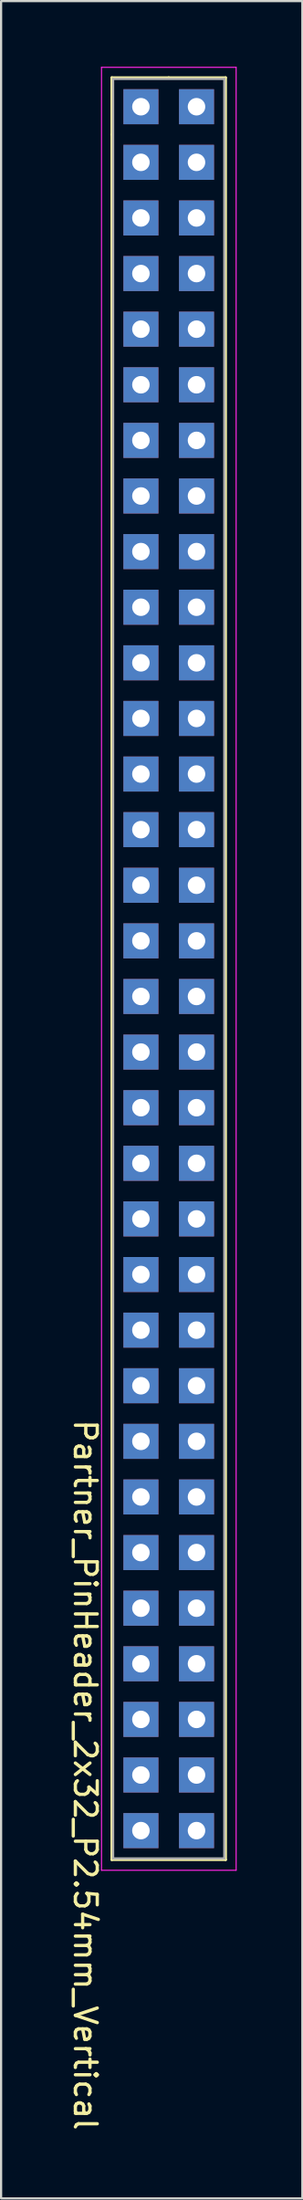
<source format=kicad_pcb>
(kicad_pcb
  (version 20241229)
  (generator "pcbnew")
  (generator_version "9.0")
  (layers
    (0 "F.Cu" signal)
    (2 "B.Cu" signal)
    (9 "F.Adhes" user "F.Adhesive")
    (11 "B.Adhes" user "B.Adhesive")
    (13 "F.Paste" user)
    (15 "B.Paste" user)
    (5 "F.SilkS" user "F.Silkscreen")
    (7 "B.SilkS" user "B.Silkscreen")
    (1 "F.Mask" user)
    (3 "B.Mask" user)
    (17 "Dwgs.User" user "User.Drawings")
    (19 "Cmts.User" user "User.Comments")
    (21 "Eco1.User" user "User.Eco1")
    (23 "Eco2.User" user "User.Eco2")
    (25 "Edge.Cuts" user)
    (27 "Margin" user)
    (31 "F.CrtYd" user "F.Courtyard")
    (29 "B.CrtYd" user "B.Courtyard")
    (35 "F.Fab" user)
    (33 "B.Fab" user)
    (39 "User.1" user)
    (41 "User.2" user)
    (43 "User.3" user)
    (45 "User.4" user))
  (footprint "Partner_PinHeader_2x32_P2.54mm_Vertical"
    (layer "F.Cu")
    (at 3.388 1.825)
    (property "Reference" "Partner_PinHeader_2x32_P2.54mm_Vertical" (at -2.54 76.2 270) (unlocked yes) (layer "F.SilkS") (effects (font (size 1 1) (thickness 0.15))))
    (attr through_hole)
    (fp_line (start -1.33 -1.33) (end 1.27 -1.33) (stroke (width 0.12) (type solid)) (layer "F.SilkS"))
    (fp_line (start -1.33 1.27) (end -1.33 -1.33) (stroke (width 0.12) (type solid)) (layer "F.SilkS"))
    (fp_line (start -1.33 1.27) (end -1.33 80.07) (stroke (width 0.12) (type solid)) (layer "F.SilkS"))
    (fp_line (start -1.33 80.07) (end 3.87 80.07) (stroke (width 0.12) (type solid)) (layer "F.SilkS"))
    (fp_line (start 1.27 -1.33) (end 3.87 -1.33) (stroke (width 0.12) (type solid)) (layer "F.SilkS"))
    (fp_line (start 3.87 -1.33) (end 3.87 80.07) (stroke (width 0.12) (type solid)) (layer "F.SilkS"))
    (fp_line (start -1.8 -1.8) (end -1.8 80.55) (stroke (width 0.05) (type solid)) (layer "F.CrtYd"))
    (fp_line (start -1.8 80.55) (end 4.35 80.55) (stroke (width 0.05) (type solid)) (layer "F.CrtYd"))
    (fp_line (start 4.35 -1.8) (end -1.8 -1.8) (stroke (width 0.05) (type solid)) (layer "F.CrtYd"))
    (fp_line (start 4.35 80.55) (end 4.35 -1.8) (stroke (width 0.05) (type solid)) (layer "F.CrtYd"))
    (fp_line (start -1.27 -1.27) (end 3.81 -1.27) (stroke (width 0.1) (type solid)) (layer "F.Fab"))
    (fp_line (start -1.27 80.01) (end -1.27 -1.27) (stroke (width 0.1) (type solid)) (layer "F.Fab"))
    (fp_line (start 3.81 -1.27) (end 3.81 80.01) (stroke (width 0.1) (type solid)) (layer "F.Fab"))
    (fp_line (start 3.81 80.01) (end -1.27 80.01) (stroke (width 0.1) (type solid)) (layer "F.Fab"))
    (pad "1" thru_hole rect (at 0 0) (size 1.6 1.6) (drill 0.8) (layers "*.Cu" "*.Mask"))
    (pad "2" thru_hole rect (at 2.54 0) (size 1.6 1.6) (drill 0.8) (layers "*.Cu" "*.Mask"))
    (pad "3" thru_hole rect (at 0 2.54) (size 1.6 1.6) (drill 0.8) (layers "*.Cu" "*.Mask"))
    (pad "4" thru_hole rect (at 2.54 2.54) (size 1.6 1.6) (drill 0.8) (layers "*.Cu" "*.Mask"))
    (pad "5" thru_hole rect (at 0 5.08) (size 1.6 1.6) (drill 0.8) (layers "*.Cu" "*.Mask"))
    (pad "6" thru_hole rect (at 2.54 5.08) (size 1.6 1.6) (drill 0.8) (layers "*.Cu" "*.Mask"))
    (pad "7" thru_hole rect (at 0 7.62) (size 1.6 1.6) (drill 0.8) (layers "*.Cu" "*.Mask"))
    (pad "8" thru_hole rect (at 2.54 7.62) (size 1.6 1.6) (drill 0.8) (layers "*.Cu" "*.Mask"))
    (pad "9" thru_hole rect (at 0 10.16) (size 1.6 1.6) (drill 0.8) (layers "*.Cu" "*.Mask"))
    (pad "10" thru_hole rect (at 2.54 10.16) (size 1.6 1.6) (drill 0.8) (layers "*.Cu" "*.Mask"))
    (pad "11" thru_hole rect (at 0 12.7) (size 1.6 1.6) (drill 0.8) (layers "*.Cu" "*.Mask"))
    (pad "12" thru_hole rect (at 2.54 12.7) (size 1.6 1.6) (drill 0.8) (layers "*.Cu" "*.Mask"))
    (pad "13" thru_hole rect (at 0 15.24) (size 1.6 1.6) (drill 0.8) (layers "*.Cu" "*.Mask"))
    (pad "14" thru_hole rect (at 2.54 15.24) (size 1.6 1.6) (drill 0.8) (layers "*.Cu" "*.Mask"))
    (pad "15" thru_hole rect (at 0 17.78) (size 1.6 1.6) (drill 0.8) (layers "*.Cu" "*.Mask"))
    (pad "16" thru_hole rect (at 2.54 17.78) (size 1.6 1.6) (drill 0.8) (layers "*.Cu" "*.Mask"))
    (pad "17" thru_hole rect (at 0 20.32) (size 1.6 1.6) (drill 0.8) (layers "*.Cu" "*.Mask"))
    (pad "18" thru_hole rect (at 2.54 20.32) (size 1.6 1.6) (drill 0.8) (layers "*.Cu" "*.Mask"))
    (pad "19" thru_hole rect (at 0 22.86) (size 1.6 1.6) (drill 0.8) (layers "*.Cu" "*.Mask"))
    (pad "20" thru_hole rect (at 2.54 22.86) (size 1.6 1.6) (drill 0.8) (layers "*.Cu" "*.Mask"))
    (pad "21" thru_hole rect (at 0 25.4) (size 1.6 1.6) (drill 0.8) (layers "*.Cu" "*.Mask"))
    (pad "22" thru_hole rect (at 2.54 25.4) (size 1.6 1.6) (drill 0.8) (layers "*.Cu" "*.Mask"))
    (pad "23" thru_hole rect (at 0 27.94) (size 1.6 1.6) (drill 0.8) (layers "*.Cu" "*.Mask"))
    (pad "24" thru_hole rect (at 2.54 27.94) (size 1.6 1.6) (drill 0.8) (layers "*.Cu" "*.Mask"))
    (pad "25" thru_hole rect (at 0 30.48) (size 1.6 1.6) (drill 0.8) (layers "*.Cu" "*.Mask"))
    (pad "26" thru_hole rect (at 2.54 30.48) (size 1.6 1.6) (drill 0.8) (layers "*.Cu" "*.Mask"))
    (pad "27" thru_hole rect (at 0 33.02) (size 1.6 1.6) (drill 0.8) (layers "*.Cu" "*.Mask"))
    (pad "28" thru_hole rect (at 2.54 33.02) (size 1.6 1.6) (drill 0.8) (layers "*.Cu" "*.Mask"))
    (pad "29" thru_hole rect (at 0 35.56) (size 1.6 1.6) (drill 0.8) (layers "*.Cu" "*.Mask"))
    (pad "30" thru_hole rect (at 2.54 35.56) (size 1.6 1.6) (drill 0.8) (layers "*.Cu" "*.Mask"))
    (pad "31" thru_hole rect (at 0 38.1) (size 1.6 1.6) (drill 0.8) (layers "*.Cu" "*.Mask"))
    (pad "32" thru_hole rect (at 2.54 38.1) (size 1.6 1.6) (drill 0.8) (layers "*.Cu" "*.Mask"))
    (pad "33" thru_hole rect (at 0 40.64) (size 1.6 1.6) (drill 0.8) (layers "*.Cu" "*.Mask"))
    (pad "34" thru_hole rect (at 2.54 40.64) (size 1.6 1.6) (drill 0.8) (layers "*.Cu" "*.Mask"))
    (pad "35" thru_hole rect (at 0 43.18) (size 1.6 1.6) (drill 0.8) (layers "*.Cu" "*.Mask"))
    (pad "36" thru_hole rect (at 2.54 43.18) (size 1.6 1.6) (drill 0.8) (layers "*.Cu" "*.Mask"))
    (pad "37" thru_hole rect (at 0 45.72) (size 1.6 1.6) (drill 0.8) (layers "*.Cu" "*.Mask"))
    (pad "38" thru_hole rect (at 2.54 45.72) (size 1.6 1.6) (drill 0.8) (layers "*.Cu" "*.Mask"))
    (pad "39" thru_hole rect (at 0 48.26) (size 1.6 1.6) (drill 0.8) (layers "*.Cu" "*.Mask"))
    (pad "40" thru_hole rect (at 2.54 48.26) (size 1.6 1.6) (drill 0.8) (layers "*.Cu" "*.Mask"))
    (pad "41" thru_hole rect (at 0 50.8) (size 1.6 1.6) (drill 0.8) (layers "*.Cu" "*.Mask"))
    (pad "42" thru_hole rect (at 2.54 50.8) (size 1.6 1.6) (drill 0.8) (layers "*.Cu" "*.Mask"))
    (pad "43" thru_hole rect (at 0 53.34) (size 1.6 1.6) (drill 0.8) (layers "*.Cu" "*.Mask"))
    (pad "44" thru_hole rect (at 2.54 53.34) (size 1.6 1.6) (drill 0.8) (layers "*.Cu" "*.Mask"))
    (pad "45" thru_hole rect (at 0 55.88) (size 1.6 1.6) (drill 0.8) (layers "*.Cu" "*.Mask"))
    (pad "46" thru_hole rect (at 2.54 55.88) (size 1.6 1.6) (drill 0.8) (layers "*.Cu" "*.Mask"))
    (pad "47" thru_hole rect (at 0 58.42) (size 1.6 1.6) (drill 0.8) (layers "*.Cu" "*.Mask"))
    (pad "48" thru_hole rect (at 2.54 58.42) (size 1.6 1.6) (drill 0.8) (layers "*.Cu" "*.Mask"))
    (pad "49" thru_hole rect (at 0 60.96) (size 1.6 1.6) (drill 0.8) (layers "*.Cu" "*.Mask"))
    (pad "50" thru_hole rect (at 2.54 60.96) (size 1.6 1.6) (drill 0.8) (layers "*.Cu" "*.Mask"))
    (pad "51" thru_hole rect (at 0 63.5) (size 1.6 1.6) (drill 0.8) (layers "*.Cu" "*.Mask"))
    (pad "52" thru_hole rect (at 2.54 63.5) (size 1.6 1.6) (drill 0.8) (layers "*.Cu" "*.Mask"))
    (pad "53" thru_hole rect (at 0 66.04) (size 1.6 1.6) (drill 0.8) (layers "*.Cu" "*.Mask"))
    (pad "54" thru_hole rect (at 2.54 66.04) (size 1.6 1.6) (drill 0.8) (layers "*.Cu" "*.Mask"))
    (pad "55" thru_hole rect (at 0 68.58) (size 1.6 1.6) (drill 0.8) (layers "*.Cu" "*.Mask"))
    (pad "56" thru_hole rect (at 2.54 68.58) (size 1.6 1.6) (drill 0.8) (layers "*.Cu" "*.Mask"))
    (pad "57" thru_hole rect (at 0 71.12) (size 1.6 1.6) (drill 0.8) (layers "*.Cu" "*.Mask"))
    (pad "58" thru_hole rect (at 2.54 71.12) (size 1.6 1.6) (drill 0.8) (layers "*.Cu" "*.Mask"))
    (pad "59" thru_hole rect (at 0 73.66) (size 1.6 1.6) (drill 0.8) (layers "*.Cu" "*.Mask"))
    (pad "60" thru_hole rect (at 2.54 73.66) (size 1.6 1.6) (drill 0.8) (layers "*.Cu" "*.Mask"))
    (pad "61" thru_hole rect (at 0 76.2) (size 1.6 1.6) (drill 0.8) (layers "*.Cu" "*.Mask"))
    (pad "62" thru_hole rect (at 2.54 76.2) (size 1.6 1.6) (drill 0.8) (layers "*.Cu" "*.Mask"))
    (pad "63" thru_hole rect (at 0 78.74) (size 1.6 1.6) (drill 0.8) (layers "*.Cu" "*.Mask"))
    (pad "64" thru_hole rect (at 2.54 78.74) (size 1.6 1.6) (drill 0.8) (layers "*.Cu" "*.Mask")))
  (gr_rect
    (start -3 -3)
    (end 10.763 97.364)
    (stroke (width 0.1) (type default))
    (fill no)
    (layer "Edge.Cuts")))
</source>
